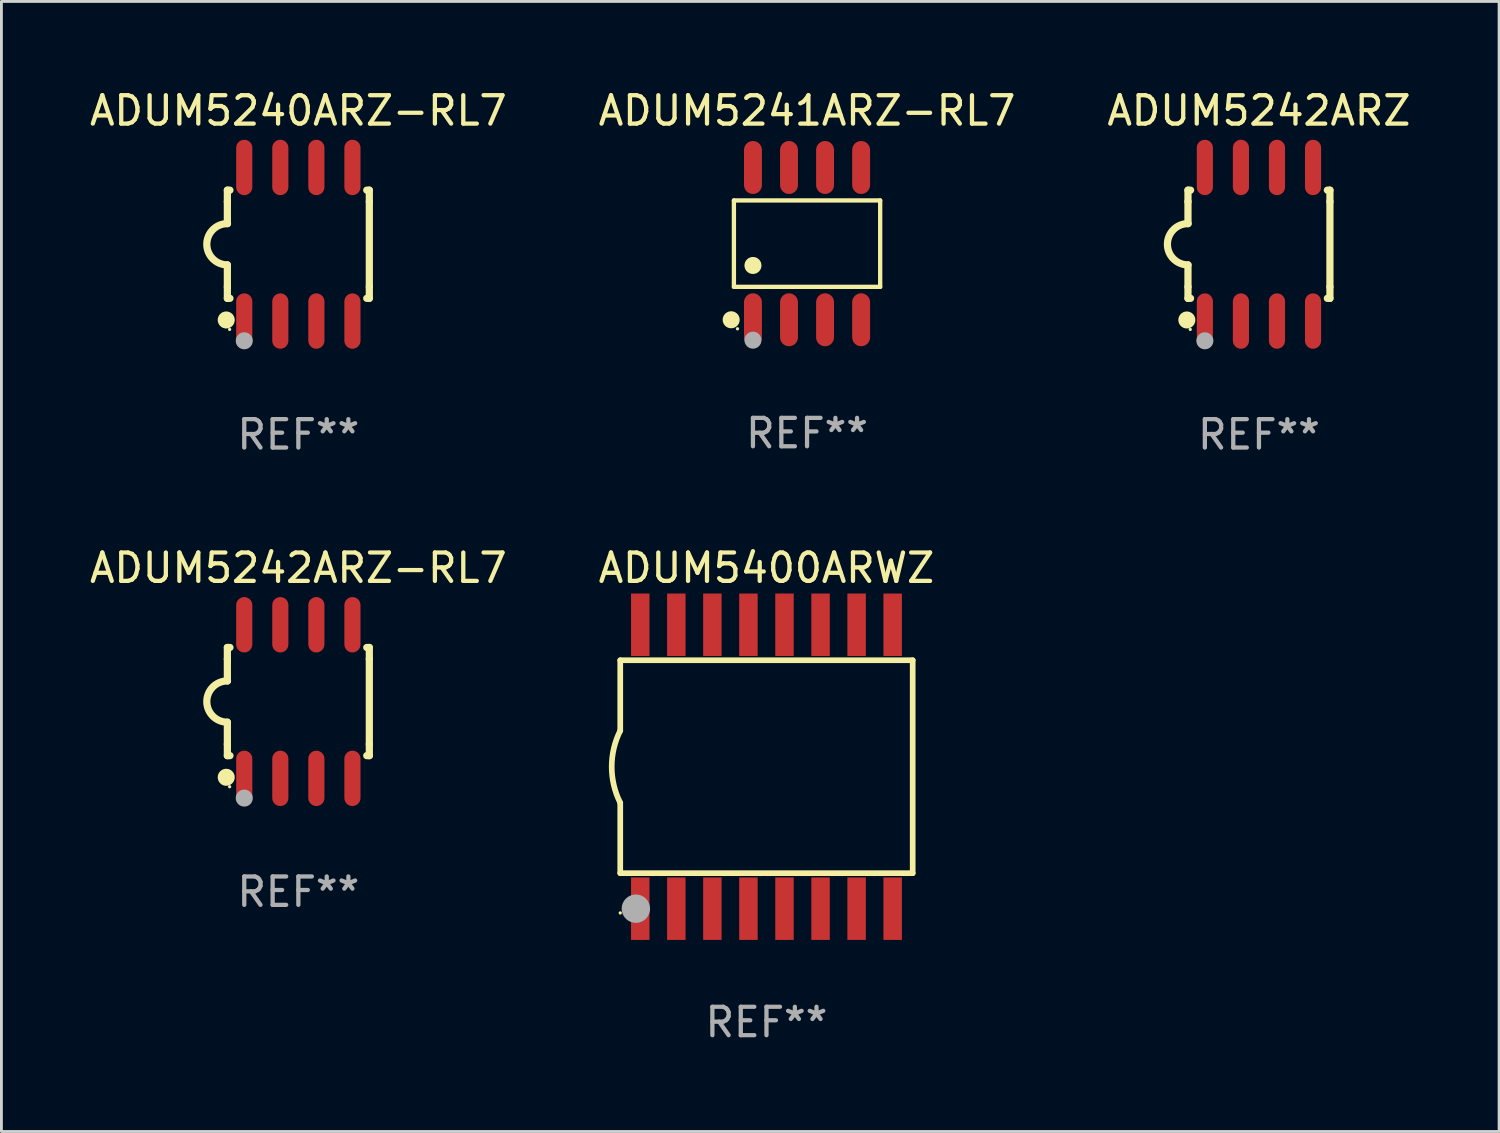
<source format=kicad_pcb>
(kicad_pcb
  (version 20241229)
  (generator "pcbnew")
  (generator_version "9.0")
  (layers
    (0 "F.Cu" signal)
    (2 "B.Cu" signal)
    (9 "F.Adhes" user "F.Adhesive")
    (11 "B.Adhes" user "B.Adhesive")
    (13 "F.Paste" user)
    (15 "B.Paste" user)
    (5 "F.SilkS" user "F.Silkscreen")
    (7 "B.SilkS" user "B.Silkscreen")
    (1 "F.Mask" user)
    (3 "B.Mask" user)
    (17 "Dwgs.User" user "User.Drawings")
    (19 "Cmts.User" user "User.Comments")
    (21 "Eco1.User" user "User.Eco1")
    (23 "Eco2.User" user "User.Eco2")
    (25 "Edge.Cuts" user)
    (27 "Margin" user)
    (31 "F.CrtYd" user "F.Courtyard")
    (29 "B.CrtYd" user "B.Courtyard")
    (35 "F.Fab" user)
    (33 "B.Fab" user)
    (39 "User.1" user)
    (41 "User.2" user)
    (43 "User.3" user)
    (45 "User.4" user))
  (footprint "ADUM5240ARZ-RL7"
    (layer "F.Cu")
    (at 7.458 5.553)
    (property "Reference" "ADUM5240ARZ-RL7" (at 0 -4.705 0) (layer "F.SilkS") (effects (font (size 1 1) (thickness 0.15))))
    (attr through_hole)
    (fp_line (start -2.5 -1.905) (end -2.409 -1.905) (stroke (width 0.254) (type solid)) (layer "F.SilkS"))
    (fp_line (start -2.5 -1.5) (end -2.5 -1.905) (stroke (width 0.254) (type solid)) (layer "F.SilkS"))
    (fp_line (start -2.5 -1.5) (end -2.5 -0.726) (stroke (width 0.254) (type solid)) (layer "F.SilkS"))
    (fp_line (start -2.5 1.5) (end -2.5 0.727) (stroke (width 0.254) (type solid)) (layer "F.SilkS"))
    (fp_line (start -2.5 1.5) (end -2.5 1.905) (stroke (width 0.254) (type solid)) (layer "F.SilkS"))
    (fp_line (start -2.5 1.905) (end -2.409 1.905) (stroke (width 0.254) (type solid)) (layer "F.SilkS"))
    (fp_line (start 2.5 -1.905) (end 2.409 -1.905) (stroke (width 0.254) (type solid)) (layer "F.SilkS"))
    (fp_line (start 2.5 -1.5) (end 2.5 -1.905) (stroke (width 0.254) (type solid)) (layer "F.SilkS"))
    (fp_line (start 2.5 -1.5) (end 2.5 1.5) (stroke (width 0.254) (type solid)) (layer "F.SilkS"))
    (fp_line (start 2.5 1.5) (end 2.5 1.905) (stroke (width 0.254) (type solid)) (layer "F.SilkS"))
    (fp_line (start 2.5 1.905) (end 2.409 1.905) (stroke (width 0.254) (type solid)) (layer "F.SilkS"))
    (fp_arc (start -2.5 0.726568) (mid -3.220316 -0.0023) (end -2.495097 -0.726289) (stroke (width 0.254001) (type solid)) (layer "F.SilkS"))
    (fp_circle (center -2.54 2.667) (end -2.39 2.667) (stroke (width 0.3) (type solid)) (fill no) (layer "F.SilkS"))
    (fp_circle (center -2.42 3) (end -2.39 3) (stroke (width 0.06) (type solid)) (fill no) (layer "F.SilkS"))
    (fp_circle (center -1.905 3.4) (end -1.755 3.4) (stroke (width 0.3) (type solid)) (fill no) (layer "F.Fab"))
    (fp_text user "REF**" (at 0 6.705 0) (layer "F.Fab") (effects (font (size 1 1) (thickness 0.15))))
    (pad "1" smd oval (at -1.905 2.705) (size 0.568 1.95) (layers "F.Cu" "F.Mask" "F.Paste"))
    (pad "2" smd oval (at -0.635 2.705) (size 0.568 1.95) (layers "F.Cu" "F.Mask" "F.Paste"))
    (pad "3" smd oval (at 0.635 2.705) (size 0.568 1.95) (layers "F.Cu" "F.Mask" "F.Paste"))
    (pad "4" smd oval (at 1.905 2.705) (size 0.568 1.95) (layers "F.Cu" "F.Mask" "F.Paste"))
    (pad "5" smd oval (at 1.905 -2.705) (size 0.568 1.95) (layers "F.Cu" "F.Mask" "F.Paste"))
    (pad "6" smd oval (at 0.635 -2.705) (size 0.568 1.95) (layers "F.Cu" "F.Mask" "F.Paste"))
    (pad "7" smd oval (at -0.635 -2.705) (size 0.568 1.95) (layers "F.Cu" "F.Mask" "F.Paste"))
    (pad "8" smd oval (at -1.905 -2.705) (size 0.568 1.95) (layers "F.Cu" "F.Mask" "F.Paste")))
  (footprint "ADUM5400ARWZ"
    (layer "F.Cu")
    (at 23.946 23.955)
    (property "Reference" "ADUM5400ARWZ" (at 0 -7 0) (layer "F.SilkS") (effects (font (size 1 1) (thickness 0.15))))
    (attr through_hole)
    (fp_line (start -5.15 -3.75) (end -5.15 -1.27) (stroke (width 0.2) (type solid)) (layer "F.SilkS"))
    (fp_line (start -5.15 -3.75) (end 5.15 -3.75) (stroke (width 0.2) (type solid)) (layer "F.SilkS"))
    (fp_line (start -5.15 3.75) (end -5.15 1.27) (stroke (width 0.2) (type solid)) (layer "F.SilkS"))
    (fp_line (start 5.15 -3.75) (end 5.15 3.75) (stroke (width 0.2) (type solid)) (layer "F.SilkS"))
    (fp_line (start 5.15 3.75) (end -5.15 3.75) (stroke (width 0.2) (type solid)) (layer "F.SilkS"))
    (fp_arc (start -5.151131 1.270003) (mid -5.450556 -0.000132) (end -5.150013 -1.270003) (stroke (width 0.2) (type solid)) (layer "F.SilkS"))
    (fp_circle (center -5.15 5.15) (end -5.12 5.15) (stroke (width 0.06) (type solid)) (fill no) (layer "F.SilkS"))
    (fp_circle (center -4.6 5) (end -4.35 5) (stroke (width 0.5) (type solid)) (fill no) (layer "F.Fab"))
    (fp_text user "REF**" (at 0 9 0) (layer "F.Fab") (effects (font (size 1 1) (thickness 0.15))))
    (pad "1" smd rect (at -4.445 5) (size 0.65 2.2) (layers "F.Cu" "F.Mask" "F.Paste"))
    (pad "2" smd rect (at -3.175 5) (size 0.65 2.2) (layers "F.Cu" "F.Mask" "F.Paste"))
    (pad "3" smd rect (at -1.905 5) (size 0.65 2.2) (layers "F.Cu" "F.Mask" "F.Paste"))
    (pad "4" smd rect (at -0.635 5) (size 0.65 2.2) (layers "F.Cu" "F.Mask" "F.Paste"))
    (pad "5" smd rect (at 0.635 5) (size 0.65 2.2) (layers "F.Cu" "F.Mask" "F.Paste"))
    (pad "6" smd rect (at 1.905 5) (size 0.65 2.2) (layers "F.Cu" "F.Mask" "F.Paste"))
    (pad "7" smd rect (at 3.175 5) (size 0.65 2.2) (layers "F.Cu" "F.Mask" "F.Paste"))
    (pad "8" smd rect (at 4.445 5) (size 0.65 2.2) (layers "F.Cu" "F.Mask" "F.Paste"))
    (pad "9" smd rect (at 4.445 -5) (size 0.65 2.2) (layers "F.Cu" "F.Mask" "F.Paste"))
    (pad "10" smd rect (at 3.175 -5) (size 0.65 2.2) (layers "F.Cu" "F.Mask" "F.Paste"))
    (pad "11" smd rect (at 1.905 -5) (size 0.65 2.2) (layers "F.Cu" "F.Mask" "F.Paste"))
    (pad "12" smd rect (at 0.635 -5) (size 0.65 2.2) (layers "F.Cu" "F.Mask" "F.Paste"))
    (pad "13" smd rect (at -0.635 -5) (size 0.65 2.2) (layers "F.Cu" "F.Mask" "F.Paste"))
    (pad "14" smd rect (at -1.905 -5) (size 0.65 2.2) (layers "F.Cu" "F.Mask" "F.Paste"))
    (pad "15" smd rect (at -3.175 -5) (size 0.65 2.2) (layers "F.Cu" "F.Mask" "F.Paste"))
    (pad "16" smd rect (at -4.445 -5) (size 0.65 2.2) (layers "F.Cu" "F.Mask" "F.Paste")))
  (footprint "ADUM5242ARZ-RL7"
    (layer "F.Cu")
    (at 7.458 21.66)
    (property "Reference" "ADUM5242ARZ-RL7" (at 0 -4.705 0) (layer "F.SilkS") (effects (font (size 1 1) (thickness 0.15))))
    (attr through_hole)
    (fp_line (start -2.5 -1.905) (end -2.409 -1.905) (stroke (width 0.254) (type solid)) (layer "F.SilkS"))
    (fp_line (start -2.5 -1.5) (end -2.5 -1.905) (stroke (width 0.254) (type solid)) (layer "F.SilkS"))
    (fp_line (start -2.5 -1.5) (end -2.5 -0.726) (stroke (width 0.254) (type solid)) (layer "F.SilkS"))
    (fp_line (start -2.5 1.5) (end -2.5 0.727) (stroke (width 0.254) (type solid)) (layer "F.SilkS"))
    (fp_line (start -2.5 1.5) (end -2.5 1.905) (stroke (width 0.254) (type solid)) (layer "F.SilkS"))
    (fp_line (start -2.5 1.905) (end -2.409 1.905) (stroke (width 0.254) (type solid)) (layer "F.SilkS"))
    (fp_line (start 2.5 -1.905) (end 2.409 -1.905) (stroke (width 0.254) (type solid)) (layer "F.SilkS"))
    (fp_line (start 2.5 -1.5) (end 2.5 -1.905) (stroke (width 0.254) (type solid)) (layer "F.SilkS"))
    (fp_line (start 2.5 -1.5) (end 2.5 1.5) (stroke (width 0.254) (type solid)) (layer "F.SilkS"))
    (fp_line (start 2.5 1.5) (end 2.5 1.905) (stroke (width 0.254) (type solid)) (layer "F.SilkS"))
    (fp_line (start 2.5 1.905) (end 2.409 1.905) (stroke (width 0.254) (type solid)) (layer "F.SilkS"))
    (fp_arc (start -2.5 0.726568) (mid -3.220316 -0.0023) (end -2.495097 -0.726289) (stroke (width 0.254001) (type solid)) (layer "F.SilkS"))
    (fp_circle (center -2.54 2.667) (end -2.39 2.667) (stroke (width 0.3) (type solid)) (fill no) (layer "F.SilkS"))
    (fp_circle (center -2.42 3) (end -2.39 3) (stroke (width 0.06) (type solid)) (fill no) (layer "F.SilkS"))
    (fp_circle (center -1.905 3.4) (end -1.755 3.4) (stroke (width 0.3) (type solid)) (fill no) (layer "F.Fab"))
    (fp_text user "REF**" (at 0 6.705 0) (layer "F.Fab") (effects (font (size 1 1) (thickness 0.15))))
    (pad "1" smd oval (at -1.905 2.705) (size 0.568 1.95) (layers "F.Cu" "F.Mask" "F.Paste"))
    (pad "2" smd oval (at -0.635 2.705) (size 0.568 1.95) (layers "F.Cu" "F.Mask" "F.Paste"))
    (pad "3" smd oval (at 0.635 2.705) (size 0.568 1.95) (layers "F.Cu" "F.Mask" "F.Paste"))
    (pad "4" smd oval (at 1.905 2.705) (size 0.568 1.95) (layers "F.Cu" "F.Mask" "F.Paste"))
    (pad "5" smd oval (at 1.905 -2.705) (size 0.568 1.95) (layers "F.Cu" "F.Mask" "F.Paste"))
    (pad "6" smd oval (at 0.635 -2.705) (size 0.568 1.95) (layers "F.Cu" "F.Mask" "F.Paste"))
    (pad "7" smd oval (at -0.635 -2.705) (size 0.568 1.95) (layers "F.Cu" "F.Mask" "F.Paste"))
    (pad "8" smd oval (at -1.905 -2.705) (size 0.568 1.95) (layers "F.Cu" "F.Mask" "F.Paste")))
  (footprint "ADUM5242ARZ"
    (layer "F.Cu")
    (at 41.292 5.553)
    (property "Reference" "ADUM5242ARZ" (at 0 -4.705 0) (layer "F.SilkS") (effects (font (size 1 1) (thickness 0.15))))
    (attr through_hole)
    (fp_line (start -2.5 -1.905) (end -2.409 -1.905) (stroke (width 0.254) (type solid)) (layer "F.SilkS"))
    (fp_line (start -2.5 -1.5) (end -2.5 -1.905) (stroke (width 0.254) (type solid)) (layer "F.SilkS"))
    (fp_line (start -2.5 -1.5) (end -2.5 -0.726) (stroke (width 0.254) (type solid)) (layer "F.SilkS"))
    (fp_line (start -2.5 1.5) (end -2.5 0.727) (stroke (width 0.254) (type solid)) (layer "F.SilkS"))
    (fp_line (start -2.5 1.5) (end -2.5 1.905) (stroke (width 0.254) (type solid)) (layer "F.SilkS"))
    (fp_line (start -2.5 1.905) (end -2.409 1.905) (stroke (width 0.254) (type solid)) (layer "F.SilkS"))
    (fp_line (start 2.5 -1.905) (end 2.409 -1.905) (stroke (width 0.254) (type solid)) (layer "F.SilkS"))
    (fp_line (start 2.5 -1.5) (end 2.5 -1.905) (stroke (width 0.254) (type solid)) (layer "F.SilkS"))
    (fp_line (start 2.5 -1.5) (end 2.5 1.5) (stroke (width 0.254) (type solid)) (layer "F.SilkS"))
    (fp_line (start 2.5 1.5) (end 2.5 1.905) (stroke (width 0.254) (type solid)) (layer "F.SilkS"))
    (fp_line (start 2.5 1.905) (end 2.409 1.905) (stroke (width 0.254) (type solid)) (layer "F.SilkS"))
    (fp_arc (start -2.5 0.726568) (mid -3.220316 -0.0023) (end -2.495097 -0.726289) (stroke (width 0.254001) (type solid)) (layer "F.SilkS"))
    (fp_circle (center -2.54 2.667) (end -2.39 2.667) (stroke (width 0.3) (type solid)) (fill no) (layer "F.SilkS"))
    (fp_circle (center -2.42 3) (end -2.39 3) (stroke (width 0.06) (type solid)) (fill no) (layer "F.SilkS"))
    (fp_circle (center -1.905 3.4) (end -1.755 3.4) (stroke (width 0.3) (type solid)) (fill no) (layer "F.Fab"))
    (fp_text user "REF**" (at 0 6.705 0) (layer "F.Fab") (effects (font (size 1 1) (thickness 0.15))))
    (pad "1" smd oval (at -1.905 2.705) (size 0.568 1.95) (layers "F.Cu" "F.Mask" "F.Paste"))
    (pad "2" smd oval (at -0.635 2.705) (size 0.568 1.95) (layers "F.Cu" "F.Mask" "F.Paste"))
    (pad "3" smd oval (at 0.635 2.705) (size 0.568 1.95) (layers "F.Cu" "F.Mask" "F.Paste"))
    (pad "4" smd oval (at 1.905 2.705) (size 0.568 1.95) (layers "F.Cu" "F.Mask" "F.Paste"))
    (pad "5" smd oval (at 1.905 -2.705) (size 0.568 1.95) (layers "F.Cu" "F.Mask" "F.Paste"))
    (pad "6" smd oval (at 0.635 -2.705) (size 0.568 1.95) (layers "F.Cu" "F.Mask" "F.Paste"))
    (pad "7" smd oval (at -0.635 -2.705) (size 0.568 1.95) (layers "F.Cu" "F.Mask" "F.Paste"))
    (pad "8" smd oval (at -1.905 -2.705) (size 0.568 1.95) (layers "F.Cu" "F.Mask" "F.Paste")))
  (footprint "ADUM5241ARZ-RL7"
    (layer "F.Cu")
    (at 25.375 5.531)
    (property "Reference" "ADUM5241ARZ-RL7" (at 0 -4.682 0) (layer "F.SilkS") (effects (font (size 1 1) (thickness 0.15))))
    (attr through_hole)
    (fp_line (start -2.576 -1.521) (end 2.576 -1.521) (stroke (width 0.152) (type solid)) (layer "F.SilkS"))
    (fp_line (start -2.576 1.521) (end -2.576 -1.521) (stroke (width 0.152) (type solid)) (layer "F.SilkS"))
    (fp_line (start 2.576 -1.521) (end 2.576 1.521) (stroke (width 0.152) (type solid)) (layer "F.SilkS"))
    (fp_line (start 2.576 1.521) (end -2.576 1.521) (stroke (width 0.152) (type solid)) (layer "F.SilkS"))
    (fp_circle (center -2.672 2.682) (end -2.522 2.682) (stroke (width 0.3) (type solid)) (fill no) (layer "F.SilkS"))
    (fp_circle (center -2.45 3) (end -2.42 3) (stroke (width 0.06) (type solid)) (fill no) (layer "F.SilkS"))
    (fp_circle (center -1.905 0.769) (end -1.755 0.769) (stroke (width 0.3) (type solid)) (fill no) (layer "F.SilkS"))
    (fp_circle (center -1.905 3.4) (end -1.755 3.4) (stroke (width 0.3) (type solid)) (fill no) (layer "F.Fab"))
    (fp_text user "REF**" (at 0 6.682 0) (layer "F.Fab") (effects (font (size 1 1) (thickness 0.15))))
    (pad "1" smd oval (at -1.905 2.682) (size 0.63 1.865) (layers "F.Cu" "F.Mask" "F.Paste"))
    (pad "2" smd oval (at -0.635 2.682) (size 0.63 1.865) (layers "F.Cu" "F.Mask" "F.Paste"))
    (pad "3" smd oval (at 0.635 2.682) (size 0.63 1.865) (layers "F.Cu" "F.Mask" "F.Paste"))
    (pad "4" smd oval (at 1.905 2.682) (size 0.63 1.865) (layers "F.Cu" "F.Mask" "F.Paste"))
    (pad "5" smd oval (at 1.905 -2.682) (size 0.63 1.865) (layers "F.Cu" "F.Mask" "F.Paste"))
    (pad "6" smd oval (at 0.635 -2.682) (size 0.63 1.865) (layers "F.Cu" "F.Mask" "F.Paste"))
    (pad "7" smd oval (at -0.635 -2.682) (size 0.63 1.865) (layers "F.Cu" "F.Mask" "F.Paste"))
    (pad "8" smd oval (at -1.905 -2.682) (size 0.63 1.865) (layers "F.Cu" "F.Mask" "F.Paste")))
  (gr_rect
    (start -3 -3)
    (end 49.75 36.803)
    (stroke (width 0.1) (type default))
    (fill no)
    (layer "Edge.Cuts")))
</source>
